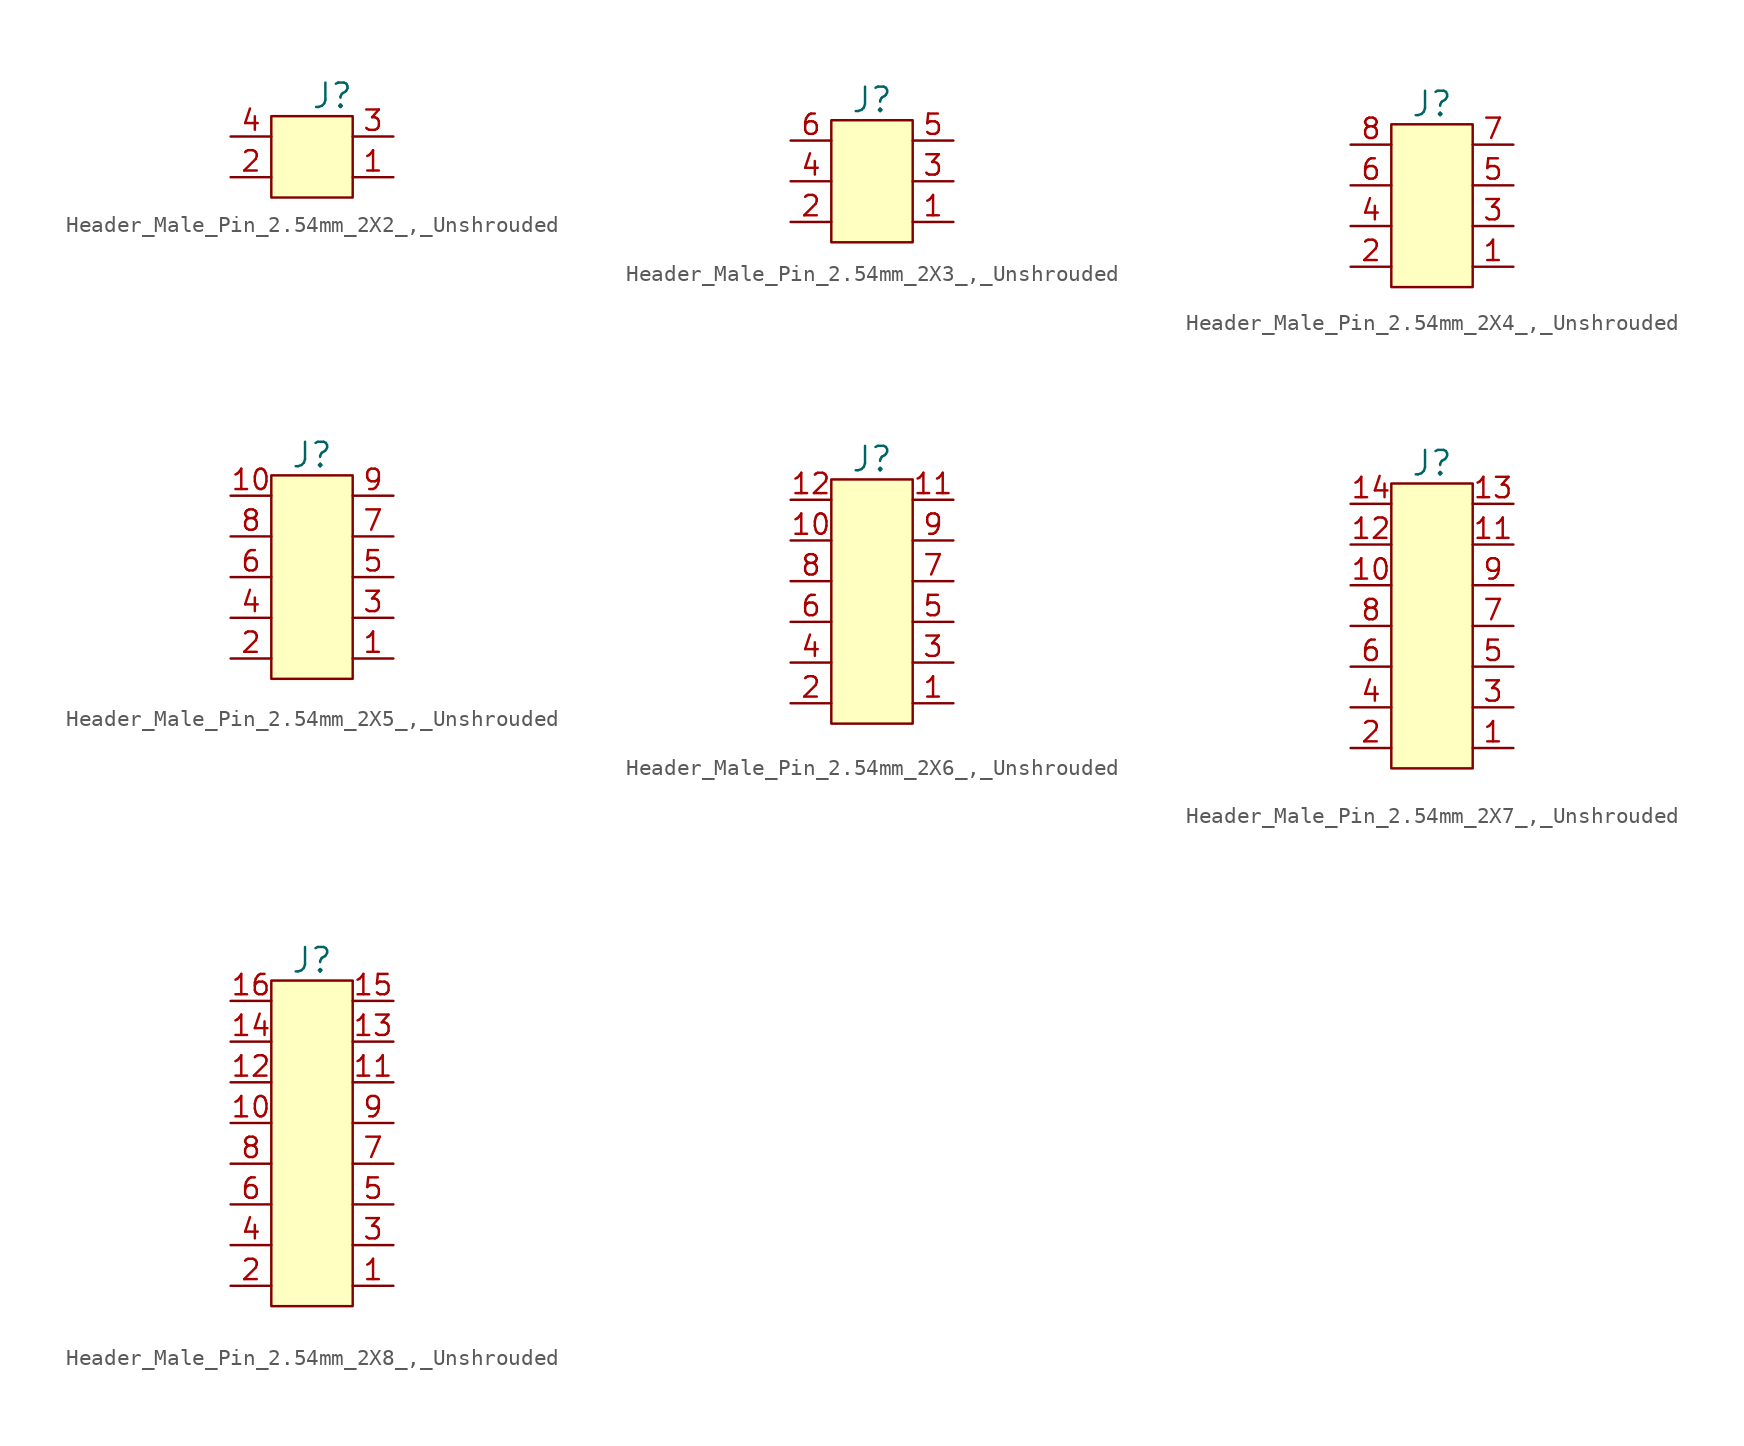
<source format=kicad_sym>
(kicad_symbol_lib
  (version 20220914)
  (generator kicad_symbol_editor)
  (symbol "Header_Male_Pin_2.54mm_2X2_,_Unshrouded"
    (pin_names
      (offset 0) hide)
    (property "Reference" "J"
      (at -1.27 5.08 0)
      (effects (font (size 1.524 1.524))))
    (symbol "Header_Male_Pin_2.54mm_2X2_,_Unshrouded_0_0"
      (rectangle (start -5.08 3.81) (end 0 -1.27) (stroke (width 0) (type default)) (fill (type background))))
    (symbol "Header_Male_Pin_2.54mm_2X2_,_Unshrouded_1_1"
      (pin passive line (at 2.54 0 180) (length 2.54) (name "~" (effects (font (size 1.016 1.016)))) (number "1" (effects (font (size 1.27 1.27)))))
      (pin passive line (at -7.62 0 0) (length 2.54) (name "~" (effects (font (size 1.016 1.016)))) (number "2" (effects (font (size 1.27 1.27)))))
      (pin passive line (at 2.54 2.54 180) (length 2.54) (name "~" (effects (font (size 1.27 1.27)))) (number "3" (effects (font (size 1.27 1.27)))))
      (pin passive line (at -7.62 2.54 0) (length 2.54) (name "~" (effects (font (size 1.27 1.27)))) (number "4" (effects (font (size 1.27 1.27)))))))
  (symbol "Header_Male_Pin_2.54mm_2X3_,_Unshrouded"
    (pin_names
      (offset 0) hide)
    (property "Reference" "J"
      (at -2.54 7.62 0)
      (effects (font (size 1.524 1.524))))
    (symbol "Header_Male_Pin_2.54mm_2X3_,_Unshrouded_0_0"
      (rectangle (start -5.08 6.35) (end 0 -1.27) (stroke (width 0) (type default)) (fill (type background))))
    (symbol "Header_Male_Pin_2.54mm_2X3_,_Unshrouded_1_1"
      (pin passive line (at 2.54 0 180) (length 2.54) (name "~" (effects (font (size 1.016 1.016)))) (number "1" (effects (font (size 1.27 1.27)))))
      (pin passive line (at -7.62 0 0) (length 2.54) (name "~" (effects (font (size 1.016 1.016)))) (number "2" (effects (font (size 1.27 1.27)))))
      (pin passive line (at 2.54 2.54 180) (length 2.54) (name "~" (effects (font (size 1.27 1.27)))) (number "3" (effects (font (size 1.27 1.27)))))
      (pin passive line (at -7.62 2.54 0) (length 2.54) (name "~" (effects (font (size 1.27 1.27)))) (number "4" (effects (font (size 1.27 1.27)))))
      (pin passive line (at 2.54 5.08 180) (length 2.54) (name "~" (effects (font (size 0.889 0.889)))) (number "5" (effects (font (size 1.27 1.27)))))
      (pin passive line (at -7.62 5.08 0) (length 2.54) (name "~" (effects (font (size 0.762 0.762)))) (number "6" (effects (font (size 1.27 1.27)))))))
  (symbol "Header_Male_Pin_2.54mm_2X4_,_Unshrouded"
    (pin_names
      (offset 0) hide)
    (property "Reference" "J"
      (at -2.54 10.16 0)
      (effects (font (size 1.524 1.524))))
    (symbol "Header_Male_Pin_2.54mm_2X4_,_Unshrouded_0_0"
      (rectangle (start -5.08 8.89) (end 0 -1.27) (stroke (width 0) (type default)) (fill (type background))))
    (symbol "Header_Male_Pin_2.54mm_2X4_,_Unshrouded_1_1"
      (pin passive line (at 2.54 0 180) (length 2.54) (name "~" (effects (font (size 1.016 1.016)))) (number "1" (effects (font (size 1.27 1.27)))))
      (pin passive line (at -7.62 0 0) (length 2.54) (name "~" (effects (font (size 1.016 1.016)))) (number "2" (effects (font (size 1.27 1.27)))))
      (pin passive line (at 2.54 2.54 180) (length 2.54) (name "~" (effects (font (size 1.27 1.27)))) (number "3" (effects (font (size 1.27 1.27)))))
      (pin passive line (at -7.62 2.54 0) (length 2.54) (name "~" (effects (font (size 1.27 1.27)))) (number "4" (effects (font (size 1.27 1.27)))))
      (pin passive line (at 2.54 5.08 180) (length 2.54) (name "~" (effects (font (size 0.889 0.889)))) (number "5" (effects (font (size 1.27 1.27)))))
      (pin passive line (at -7.62 5.08 0) (length 2.54) (name "~" (effects (font (size 0.762 0.762)))) (number "6" (effects (font (size 1.27 1.27)))))
      (pin passive line (at 2.54 7.62 180) (length 2.54) (name "~" (effects (font (size 0.889 0.889)))) (number "7" (effects (font (size 1.27 1.27)))))
      (pin passive line (at -7.62 7.62 0) (length 2.54) (name "~" (effects (font (size 0.762 0.762)))) (number "8" (effects (font (size 1.27 1.27)))))))
  (symbol "Header_Male_Pin_2.54mm_2X5_,_Unshrouded"
    (pin_names
      (offset 0) hide)
    (property "Reference" "J"
      (at -2.54 12.7 0)
      (effects (font (size 1.524 1.524))))
    (symbol "Header_Male_Pin_2.54mm_2X5_,_Unshrouded_0_0"
      (rectangle (start -5.08 11.43) (end 0 -1.27) (stroke (width 0) (type default)) (fill (type background))))
    (symbol "Header_Male_Pin_2.54mm_2X5_,_Unshrouded_1_1"
      (pin passive line (at 2.54 0 180) (length 2.54) (name "~" (effects (font (size 1.016 1.016)))) (number "1" (effects (font (size 1.27 1.27)))))
      (pin passive line (at -7.62 10.16 0) (length 2.54) (name "~" (effects (font (size 0.762 0.762)))) (number "10" (effects (font (size 1.27 1.27)))))
      (pin passive line (at -7.62 0 0) (length 2.54) (name "~" (effects (font (size 1.016 1.016)))) (number "2" (effects (font (size 1.27 1.27)))))
      (pin passive line (at 2.54 2.54 180) (length 2.54) (name "~" (effects (font (size 1.27 1.27)))) (number "3" (effects (font (size 1.27 1.27)))))
      (pin passive line (at -7.62 2.54 0) (length 2.54) (name "~" (effects (font (size 1.27 1.27)))) (number "4" (effects (font (size 1.27 1.27)))))
      (pin passive line (at 2.54 5.08 180) (length 2.54) (name "~" (effects (font (size 0.889 0.889)))) (number "5" (effects (font (size 1.27 1.27)))))
      (pin passive line (at -7.62 5.08 0) (length 2.54) (name "~" (effects (font (size 0.762 0.762)))) (number "6" (effects (font (size 1.27 1.27)))))
      (pin passive line (at 2.54 7.62 180) (length 2.54) (name "~" (effects (font (size 0.889 0.889)))) (number "7" (effects (font (size 1.27 1.27)))))
      (pin passive line (at -7.62 7.62 0) (length 2.54) (name "~" (effects (font (size 0.762 0.762)))) (number "8" (effects (font (size 1.27 1.27)))))
      (pin passive line (at 2.54 10.16 180) (length 2.54) (name "~" (effects (font (size 0.889 0.889)))) (number "9" (effects (font (size 1.27 1.27)))))))
  (symbol "Header_Male_Pin_2.54mm_2X6_,_Unshrouded"
    (pin_names
      (offset 0) hide)
    (property "Reference" "J"
      (at -2.54 15.24 0)
      (effects (font (size 1.524 1.524))))
    (symbol "Header_Male_Pin_2.54mm_2X6_,_Unshrouded_0_0"
      (rectangle (start -5.08 13.97) (end 0 -1.27) (stroke (width 0) (type default)) (fill (type background))))
    (symbol "Header_Male_Pin_2.54mm_2X6_,_Unshrouded_1_1"
      (pin passive line (at 2.54 0 180) (length 2.54) (name "~" (effects (font (size 1.016 1.016)))) (number "1" (effects (font (size 1.27 1.27)))))
      (pin passive line (at -7.62 10.16 0) (length 2.54) (name "~" (effects (font (size 0.762 0.762)))) (number "10" (effects (font (size 1.27 1.27)))))
      (pin passive line (at 2.54 12.7 180) (length 2.54) (name "~" (effects (font (size 0.889 0.889)))) (number "11" (effects (font (size 1.27 1.27)))))
      (pin passive line (at -7.62 12.7 0) (length 2.54) (name "~" (effects (font (size 0.762 0.762)))) (number "12" (effects (font (size 1.27 1.27)))))
      (pin passive line (at -7.62 0 0) (length 2.54) (name "~" (effects (font (size 1.016 1.016)))) (number "2" (effects (font (size 1.27 1.27)))))
      (pin passive line (at 2.54 2.54 180) (length 2.54) (name "~" (effects (font (size 1.27 1.27)))) (number "3" (effects (font (size 1.27 1.27)))))
      (pin passive line (at -7.62 2.54 0) (length 2.54) (name "~" (effects (font (size 1.27 1.27)))) (number "4" (effects (font (size 1.27 1.27)))))
      (pin passive line (at 2.54 5.08 180) (length 2.54) (name "~" (effects (font (size 0.889 0.889)))) (number "5" (effects (font (size 1.27 1.27)))))
      (pin passive line (at -7.62 5.08 0) (length 2.54) (name "~" (effects (font (size 0.762 0.762)))) (number "6" (effects (font (size 1.27 1.27)))))
      (pin passive line (at 2.54 7.62 180) (length 2.54) (name "~" (effects (font (size 0.889 0.889)))) (number "7" (effects (font (size 1.27 1.27)))))
      (pin passive line (at -7.62 7.62 0) (length 2.54) (name "~" (effects (font (size 0.762 0.762)))) (number "8" (effects (font (size 1.27 1.27)))))
      (pin passive line (at 2.54 10.16 180) (length 2.54) (name "~" (effects (font (size 0.889 0.889)))) (number "9" (effects (font (size 1.27 1.27)))))))
  (symbol "Header_Male_Pin_2.54mm_2X7_,_Unshrouded"
    (pin_names
      (offset 0) hide)
    (property "Reference" "J"
      (at -2.54 17.78 0)
      (effects (font (size 1.524 1.524))))
    (symbol "Header_Male_Pin_2.54mm_2X7_,_Unshrouded_0_0"
      (rectangle (start -5.08 16.51) (end 0 -1.27) (stroke (width 0) (type default)) (fill (type background))))
    (symbol "Header_Male_Pin_2.54mm_2X7_,_Unshrouded_1_1"
      (pin passive line (at 2.54 0 180) (length 2.54) (name "~" (effects (font (size 1.016 1.016)))) (number "1" (effects (font (size 1.27 1.27)))))
      (pin passive line (at -7.62 10.16 0) (length 2.54) (name "~" (effects (font (size 0.762 0.762)))) (number "10" (effects (font (size 1.27 1.27)))))
      (pin passive line (at 2.54 12.7 180) (length 2.54) (name "~" (effects (font (size 0.889 0.889)))) (number "11" (effects (font (size 1.27 1.27)))))
      (pin passive line (at -7.62 12.7 0) (length 2.54) (name "~" (effects (font (size 0.762 0.762)))) (number "12" (effects (font (size 1.27 1.27)))))
      (pin passive line (at 2.54 15.24 180) (length 2.54) (name "~" (effects (font (size 0.889 0.889)))) (number "13" (effects (font (size 1.27 1.27)))))
      (pin passive line (at -7.62 15.24 0) (length 2.54) (name "~" (effects (font (size 0.762 0.762)))) (number "14" (effects (font (size 1.27 1.27)))))
      (pin passive line (at -7.62 0 0) (length 2.54) (name "~" (effects (font (size 1.016 1.016)))) (number "2" (effects (font (size 1.27 1.27)))))
      (pin passive line (at 2.54 2.54 180) (length 2.54) (name "~" (effects (font (size 1.27 1.27)))) (number "3" (effects (font (size 1.27 1.27)))))
      (pin passive line (at -7.62 2.54 0) (length 2.54) (name "~" (effects (font (size 1.27 1.27)))) (number "4" (effects (font (size 1.27 1.27)))))
      (pin passive line (at 2.54 5.08 180) (length 2.54) (name "~" (effects (font (size 0.889 0.889)))) (number "5" (effects (font (size 1.27 1.27)))))
      (pin passive line (at -7.62 5.08 0) (length 2.54) (name "~" (effects (font (size 0.762 0.762)))) (number "6" (effects (font (size 1.27 1.27)))))
      (pin passive line (at 2.54 7.62 180) (length 2.54) (name "~" (effects (font (size 0.889 0.889)))) (number "7" (effects (font (size 1.27 1.27)))))
      (pin passive line (at -7.62 7.62 0) (length 2.54) (name "~" (effects (font (size 0.762 0.762)))) (number "8" (effects (font (size 1.27 1.27)))))
      (pin passive line (at 2.54 10.16 180) (length 2.54) (name "~" (effects (font (size 0.889 0.889)))) (number "9" (effects (font (size 1.27 1.27)))))))
  (symbol "Header_Male_Pin_2.54mm_2X8_,_Unshrouded"
    (pin_names
      (offset 0) hide)
    (property "Reference" "J"
      (at -2.54 20.32 0)
      (effects (font (size 1.524 1.524))))
    (symbol "Header_Male_Pin_2.54mm_2X8_,_Unshrouded_0_0"
      (rectangle (start -5.08 19.05) (end 0 -1.27) (stroke (width 0) (type default)) (fill (type background))))
    (symbol "Header_Male_Pin_2.54mm_2X8_,_Unshrouded_1_1"
      (pin passive line (at 2.54 0 180) (length 2.54) (name "~" (effects (font (size 1.016 1.016)))) (number "1" (effects (font (size 1.27 1.27)))))
      (pin passive line (at -7.62 10.16 0) (length 2.54) (name "~" (effects (font (size 0.762 0.762)))) (number "10" (effects (font (size 1.27 1.27)))))
      (pin passive line (at 2.54 12.7 180) (length 2.54) (name "~" (effects (font (size 0.889 0.889)))) (number "11" (effects (font (size 1.27 1.27)))))
      (pin passive line (at -7.62 12.7 0) (length 2.54) (name "~" (effects (font (size 0.762 0.762)))) (number "12" (effects (font (size 1.27 1.27)))))
      (pin passive line (at 2.54 15.24 180) (length 2.54) (name "~" (effects (font (size 0.889 0.889)))) (number "13" (effects (font (size 1.27 1.27)))))
      (pin passive line (at -7.62 15.24 0) (length 2.54) (name "~" (effects (font (size 0.762 0.762)))) (number "14" (effects (font (size 1.27 1.27)))))
      (pin passive line (at 2.54 17.78 180) (length 2.54) (name "~" (effects (font (size 0.889 0.889)))) (number "15" (effects (font (size 1.27 1.27)))))
      (pin passive line (at -7.62 17.78 0) (length 2.54) (name "~" (effects (font (size 0.762 0.762)))) (number "16" (effects (font (size 1.27 1.27)))))
      (pin passive line (at -7.62 0 0) (length 2.54) (name "~" (effects (font (size 1.016 1.016)))) (number "2" (effects (font (size 1.27 1.27)))))
      (pin passive line (at 2.54 2.54 180) (length 2.54) (name "~" (effects (font (size 1.27 1.27)))) (number "3" (effects (font (size 1.27 1.27)))))
      (pin passive line (at -7.62 2.54 0) (length 2.54) (name "~" (effects (font (size 1.27 1.27)))) (number "4" (effects (font (size 1.27 1.27)))))
      (pin passive line (at 2.54 5.08 180) (length 2.54) (name "~" (effects (font (size 0.889 0.889)))) (number "5" (effects (font (size 1.27 1.27)))))
      (pin passive line (at -7.62 5.08 0) (length 2.54) (name "~" (effects (font (size 0.762 0.762)))) (number "6" (effects (font (size 1.27 1.27)))))
      (pin passive line (at 2.54 7.62 180) (length 2.54) (name "~" (effects (font (size 0.889 0.889)))) (number "7" (effects (font (size 1.27 1.27)))))
      (pin passive line (at -7.62 7.62 0) (length 2.54) (name "~" (effects (font (size 0.762 0.762)))) (number "8" (effects (font (size 1.27 1.27)))))
      (pin passive line (at 2.54 10.16 180) (length 2.54) (name "~" (effects (font (size 0.889 0.889)))) (number "9" (effects (font (size 1.27 1.27))))))))
</source>
